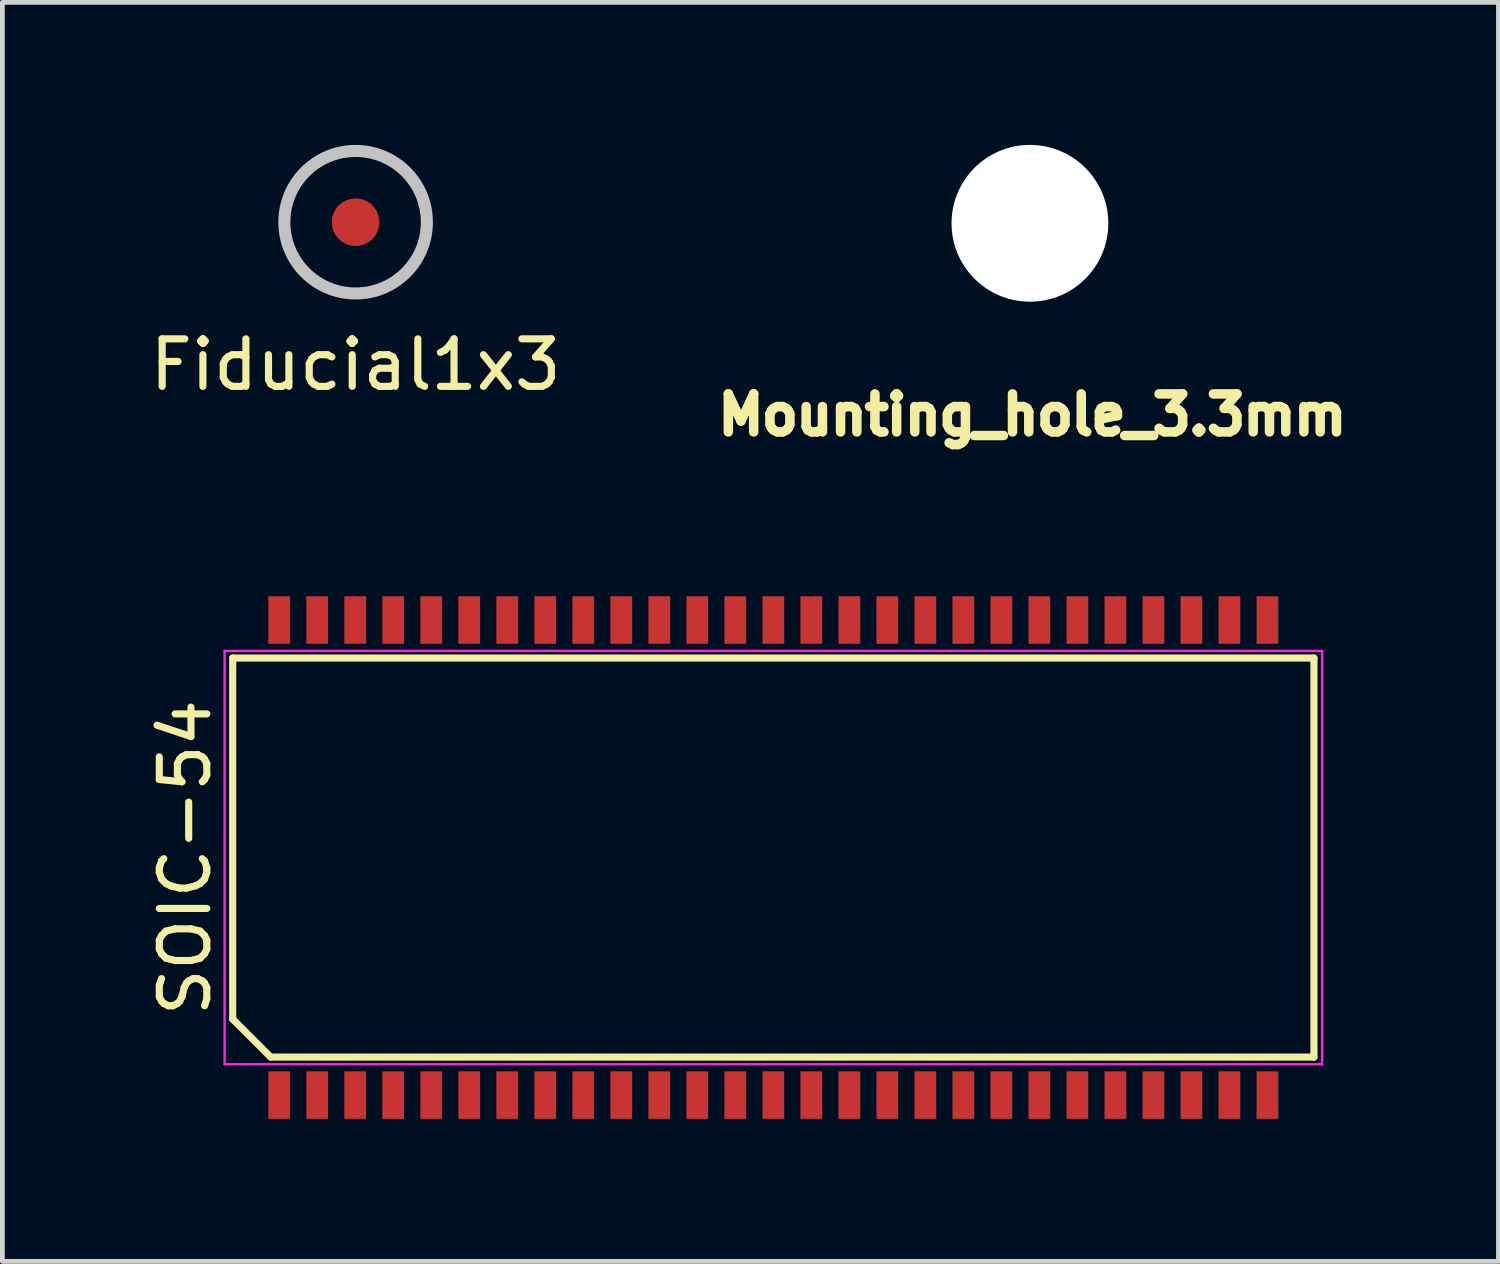
<source format=kicad_pcb>
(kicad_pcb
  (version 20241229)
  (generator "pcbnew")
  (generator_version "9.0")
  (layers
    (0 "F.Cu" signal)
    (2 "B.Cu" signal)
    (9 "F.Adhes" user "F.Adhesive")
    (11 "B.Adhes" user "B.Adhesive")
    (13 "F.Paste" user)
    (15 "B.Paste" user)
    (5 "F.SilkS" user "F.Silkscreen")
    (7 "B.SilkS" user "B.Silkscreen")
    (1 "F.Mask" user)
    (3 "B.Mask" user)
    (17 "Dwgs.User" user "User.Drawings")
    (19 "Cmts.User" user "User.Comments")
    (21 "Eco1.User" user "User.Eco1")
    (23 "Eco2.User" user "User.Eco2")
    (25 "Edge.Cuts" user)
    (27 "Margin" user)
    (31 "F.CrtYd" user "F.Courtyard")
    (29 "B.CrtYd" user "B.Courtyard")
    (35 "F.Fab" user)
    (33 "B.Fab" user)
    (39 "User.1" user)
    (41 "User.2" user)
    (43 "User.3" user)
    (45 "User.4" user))
  (footprint "SOIC-54"
    (layer "F.Cu")
    (at 13.227 15)
    (property "Reference" "SOIC-54" (at -12.379 0 90) (layer "F.SilkS") (effects (font (size 1 1) (thickness 0.15))))
    (attr smd)
    (fp_line (start -11.379 -4.2) (end 11.379 -4.2) (stroke (width 0.15) (type solid)) (layer "F.SilkS"))
    (fp_line (start -11.379 3.4) (end -11.379 -4.2) (stroke (width 0.15) (type solid)) (layer "F.SilkS"))
    (fp_line (start -10.579 4.2) (end -11.379 3.4) (stroke (width 0.15) (type solid)) (layer "F.SilkS"))
    (fp_line (start 11.379 -4.2) (end 11.379 4.2) (stroke (width 0.15) (type solid)) (layer "F.SilkS"))
    (fp_line (start 11.379 4.2) (end -10.579 4.2) (stroke (width 0.15) (type solid)) (layer "F.SilkS"))
    (fp_line (start -11.55 -4.35) (end 11.55 -4.35) (stroke (width 0.05) (type solid)) (layer "F.CrtYd"))
    (fp_line (start -11.55 4.35) (end -11.55 -4.35) (stroke (width 0.05) (type solid)) (layer "F.CrtYd"))
    (fp_line (start 11.55 -4.35) (end 11.55 4.35) (stroke (width 0.05) (type solid)) (layer "F.CrtYd"))
    (fp_line (start 11.55 4.35) (end -11.55 4.35) (stroke (width 0.05) (type solid)) (layer "F.CrtYd"))
    (pad "1" smd rect (at -10.4 5) (size 0.458 1) (layers "F.Cu" "F.Mask" "F.Paste"))
    (pad "2" smd rect (at -9.6 5) (size 0.458 1) (layers "F.Cu" "F.Mask" "F.Paste"))
    (pad "3" smd rect (at -8.8 5) (size 0.458 1) (layers "F.Cu" "F.Mask" "F.Paste"))
    (pad "4" smd rect (at -8 5) (size 0.458 1) (layers "F.Cu" "F.Mask" "F.Paste"))
    (pad "5" smd rect (at -7.2 5) (size 0.458 1) (layers "F.Cu" "F.Mask" "F.Paste"))
    (pad "6" smd rect (at -6.4 5) (size 0.458 1) (layers "F.Cu" "F.Mask" "F.Paste"))
    (pad "7" smd rect (at -5.6 5) (size 0.458 1) (layers "F.Cu" "F.Mask" "F.Paste"))
    (pad "8" smd rect (at -4.8 5) (size 0.458 1) (layers "F.Cu" "F.Mask" "F.Paste"))
    (pad "9" smd rect (at -4 5) (size 0.458 1) (layers "F.Cu" "F.Mask" "F.Paste"))
    (pad "10" smd rect (at -3.2 5) (size 0.458 1) (layers "F.Cu" "F.Mask" "F.Paste"))
    (pad "11" smd rect (at -2.4 5) (size 0.458 1) (layers "F.Cu" "F.Mask" "F.Paste"))
    (pad "12" smd rect (at -1.6 5) (size 0.458 1) (layers "F.Cu" "F.Mask" "F.Paste"))
    (pad "13" smd rect (at -0.8 5) (size 0.458 1) (layers "F.Cu" "F.Mask" "F.Paste"))
    (pad "14" smd rect (at 0 5) (size 0.458 1) (layers "F.Cu" "F.Mask" "F.Paste"))
    (pad "15" smd rect (at 0.8 5) (size 0.458 1) (layers "F.Cu" "F.Mask" "F.Paste"))
    (pad "16" smd rect (at 1.6 5) (size 0.458 1) (layers "F.Cu" "F.Mask" "F.Paste"))
    (pad "17" smd rect (at 2.4 5) (size 0.458 1) (layers "F.Cu" "F.Mask" "F.Paste"))
    (pad "18" smd rect (at 3.2 5) (size 0.458 1) (layers "F.Cu" "F.Mask" "F.Paste"))
    (pad "19" smd rect (at 4 5) (size 0.458 1) (layers "F.Cu" "F.Mask" "F.Paste"))
    (pad "20" smd rect (at 4.8 5) (size 0.458 1) (layers "F.Cu" "F.Mask" "F.Paste"))
    (pad "21" smd rect (at 5.6 5) (size 0.458 1) (layers "F.Cu" "F.Mask" "F.Paste"))
    (pad "22" smd rect (at 6.4 5) (size 0.458 1) (layers "F.Cu" "F.Mask" "F.Paste"))
    (pad "23" smd rect (at 7.2 5) (size 0.458 1) (layers "F.Cu" "F.Mask" "F.Paste"))
    (pad "24" smd rect (at 8 5) (size 0.458 1) (layers "F.Cu" "F.Mask" "F.Paste"))
    (pad "25" smd rect (at 8.8 5) (size 0.458 1) (layers "F.Cu" "F.Mask" "F.Paste"))
    (pad "26" smd rect (at 9.6 5) (size 0.458 1) (layers "F.Cu" "F.Mask" "F.Paste"))
    (pad "27" smd rect (at 10.4 5) (size 0.458 1) (layers "F.Cu" "F.Mask" "F.Paste"))
    (pad "28" smd rect (at 10.4 -5) (size 0.458 1) (layers "F.Cu" "F.Mask" "F.Paste"))
    (pad "29" smd rect (at 9.6 -5) (size 0.458 1) (layers "F.Cu" "F.Mask" "F.Paste"))
    (pad "30" smd rect (at 8.8 -5) (size 0.458 1) (layers "F.Cu" "F.Mask" "F.Paste"))
    (pad "31" smd rect (at 8 -5) (size 0.458 1) (layers "F.Cu" "F.Mask" "F.Paste"))
    (pad "32" smd rect (at 7.2 -5) (size 0.458 1) (layers "F.Cu" "F.Mask" "F.Paste"))
    (pad "33" smd rect (at 6.4 -5) (size 0.458 1) (layers "F.Cu" "F.Mask" "F.Paste"))
    (pad "34" smd rect (at 5.6 -5) (size 0.458 1) (layers "F.Cu" "F.Mask" "F.Paste"))
    (pad "35" smd rect (at 4.8 -5) (size 0.458 1) (layers "F.Cu" "F.Mask" "F.Paste"))
    (pad "36" smd rect (at 4 -5) (size 0.458 1) (layers "F.Cu" "F.Mask" "F.Paste"))
    (pad "37" smd rect (at 3.2 -5) (size 0.458 1) (layers "F.Cu" "F.Mask" "F.Paste"))
    (pad "38" smd rect (at 2.4 -5) (size 0.458 1) (layers "F.Cu" "F.Mask" "F.Paste"))
    (pad "39" smd rect (at 1.6 -5) (size 0.458 1) (layers "F.Cu" "F.Mask" "F.Paste"))
    (pad "40" smd rect (at 0.8 -5) (size 0.458 1) (layers "F.Cu" "F.Mask" "F.Paste"))
    (pad "41" smd rect (at 0 -5) (size 0.458 1) (layers "F.Cu" "F.Mask" "F.Paste"))
    (pad "42" smd rect (at -0.8 -5) (size 0.458 1) (layers "F.Cu" "F.Mask" "F.Paste"))
    (pad "43" smd rect (at -1.6 -5) (size 0.458 1) (layers "F.Cu" "F.Mask" "F.Paste"))
    (pad "44" smd rect (at -2.4 -5) (size 0.458 1) (layers "F.Cu" "F.Mask" "F.Paste"))
    (pad "45" smd rect (at -3.2 -5) (size 0.458 1) (layers "F.Cu" "F.Mask" "F.Paste"))
    (pad "46" smd rect (at -4 -5) (size 0.458 1) (layers "F.Cu" "F.Mask" "F.Paste"))
    (pad "47" smd rect (at -4.8 -5) (size 0.458 1) (layers "F.Cu" "F.Mask" "F.Paste"))
    (pad "48" smd rect (at -5.6 -5) (size 0.458 1) (layers "F.Cu" "F.Mask" "F.Paste"))
    (pad "49" smd rect (at -6.4 -5) (size 0.458 1) (layers "F.Cu" "F.Mask" "F.Paste"))
    (pad "50" smd rect (at -7.2 -5) (size 0.458 1) (layers "F.Cu" "F.Mask" "F.Paste"))
    (pad "51" smd rect (at -8 -5) (size 0.458 1) (layers "F.Cu" "F.Mask" "F.Paste"))
    (pad "52" smd rect (at -8.8 -5) (size 0.458 1) (layers "F.Cu" "F.Mask" "F.Paste"))
    (pad "53" smd rect (at -9.6 -5) (size 0.458 1) (layers "F.Cu" "F.Mask" "F.Paste"))
    (pad "54" smd rect (at -10.4 -5) (size 0.458 1) (layers "F.Cu" "F.Mask" "F.Paste")))
  (footprint "Mounting_hole_3.3mm"
    (layer "F.Cu")
    (at 18.628 1.65)
    (property "Reference" "Mounting_hole_3.3mm" (at 0.052 4.031 0) (layer "F.SilkS") (effects (font (size 0.8 0.8) (thickness 0.2))))
    (attr through_hole)
    (pad "" np_thru_hole circle (at 0 0) (size 3.3 3.3) (drill 3.3) (layers "*.Cu" "*.Mask")))
  (footprint "Fiducial1x3"
    (layer "F.Cu")
    (at 4.435 1.627)
    (property "Reference" "Fiducial1x3" (at 0 3 0) (layer "F.SilkS") (effects (font (size 1 1) (thickness 0.15))))
    (attr smd)
    (fp_circle (center 0 0) (end 1.5 0) (stroke (width 0.254) (type solid)) (fill no) (layer "Dwgs.User"))
    (pad "Fid1" connect circle (at 0 0) (size 1 1) (layers "F.Cu" "F.Mask")))
  (gr_rect
    (start -3 -3)
    (end 28.49 23.5)
    (stroke (width 0.1) (type default))
    (fill no)
    (layer "Edge.Cuts")))
</source>
